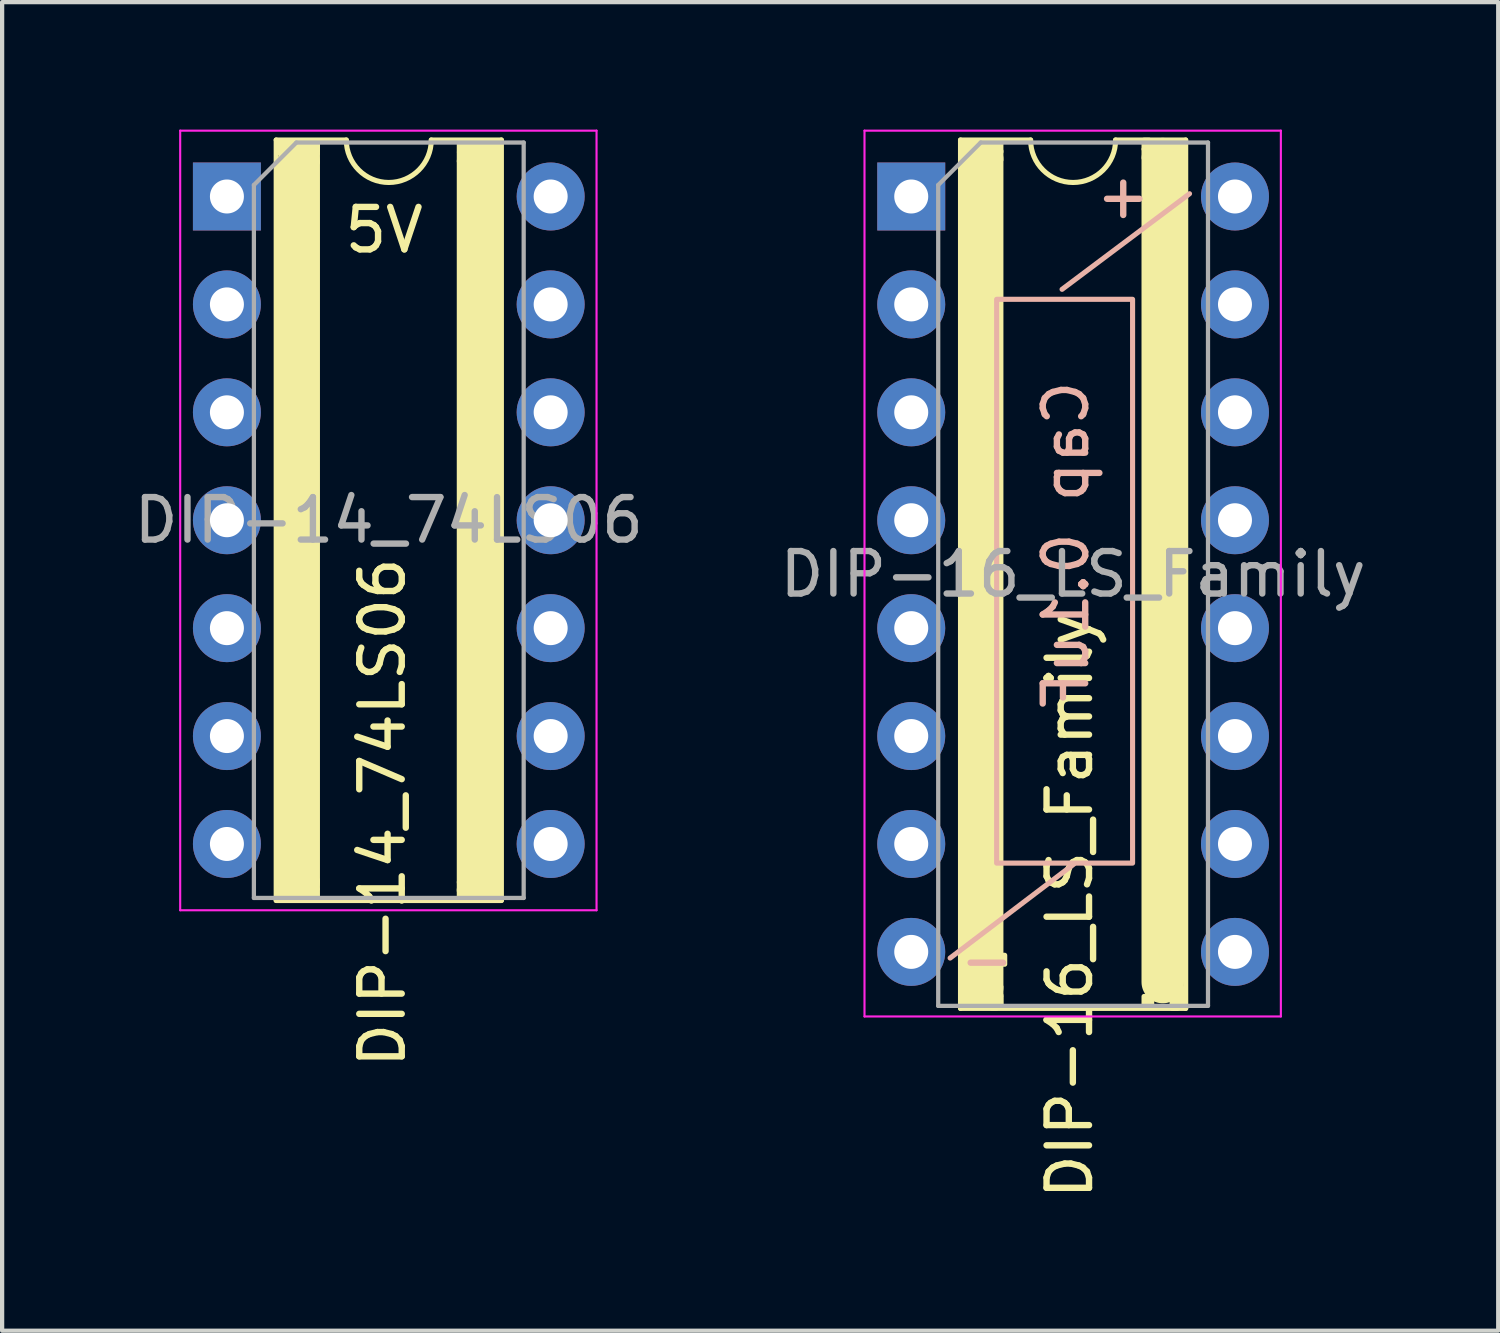
<source format=kicad_pcb>
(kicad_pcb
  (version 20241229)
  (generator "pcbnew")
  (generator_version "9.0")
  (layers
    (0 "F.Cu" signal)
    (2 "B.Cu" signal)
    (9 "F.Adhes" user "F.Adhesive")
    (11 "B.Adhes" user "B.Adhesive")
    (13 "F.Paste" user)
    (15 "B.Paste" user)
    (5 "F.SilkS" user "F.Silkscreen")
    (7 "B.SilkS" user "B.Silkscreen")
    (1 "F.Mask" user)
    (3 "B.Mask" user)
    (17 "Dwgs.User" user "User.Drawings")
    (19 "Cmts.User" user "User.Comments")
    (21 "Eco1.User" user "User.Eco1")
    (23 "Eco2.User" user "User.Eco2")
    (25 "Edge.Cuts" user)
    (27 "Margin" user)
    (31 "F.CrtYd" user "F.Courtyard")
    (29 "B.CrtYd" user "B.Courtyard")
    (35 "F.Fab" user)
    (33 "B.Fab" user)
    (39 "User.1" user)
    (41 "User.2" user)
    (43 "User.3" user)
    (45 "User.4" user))
  (footprint "DIP-16_LS_Family"
    (layer "F.Cu")
    (at 18.398 1.575)
    (property "Reference" "DIP-16_LS_Family" (at 3.73 16.69 90) (layer "F.SilkS") (effects (font (size 1 1) (thickness 0.15))))
    (attr through_hole)
    (fp_line (start 1.16 -1.33) (end 1.16 19.11) (stroke (width 0.12) (type solid)) (layer "F.SilkS"))
    (fp_line (start 1.16 19.11) (end 6.46 19.11) (stroke (width 0.12) (type solid)) (layer "F.SilkS"))
    (fp_line (start 1.67 -0.87) (end 1.67 18.61) (stroke (width 1) (type solid)) (layer "F.SilkS"))
    (fp_line (start 2.81 -1.33) (end 1.16 -1.33) (stroke (width 0.12) (type solid)) (layer "F.SilkS"))
    (fp_line (start 5.92 -0.88) (end 5.92 18.49) (stroke (width 1) (type solid)) (layer "F.SilkS"))
    (fp_line (start 6.46 -1.33) (end 4.81 -1.33) (stroke (width 0.12) (type solid)) (layer "F.SilkS"))
    (fp_line (start 6.46 19.11) (end 6.46 -1.33) (stroke (width 0.12) (type solid)) (layer "F.SilkS"))
    (fp_rect (start 1.35 19.029) (end 1.23 18.819) (stroke (width 0.12) (type solid)) (fill no) (layer "F.SilkS"))
    (fp_rect (start 1.35 -1.03) (end 1.23 -1.24) (stroke (width 0.12) (type solid)) (fill no) (layer "F.SilkS"))
    (fp_rect (start 1.41 19.06) (end 1.29 18.85) (stroke (width 0.12) (type solid)) (fill no) (layer "F.SilkS"))
    (fp_rect (start 2.01 19.1) (end 1.89 18.89) (stroke (width 0.12) (type solid)) (fill no) (layer "F.SilkS"))
    (fp_rect (start 2.11 -1.05) (end 1.99 -1.26) (stroke (width 0.12) (type solid)) (fill no) (layer "F.SilkS"))
    (fp_rect (start 2.11 -0.86) (end 1.99 -1.07) (stroke (width 0.12) (type solid)) (fill no) (layer "F.SilkS"))
    (fp_rect (start 2.11 18.81) (end 1.99 18.6) (stroke (width 0.12) (type solid)) (fill no) (layer "F.SilkS"))
    (fp_rect (start 2.11 19.01) (end 1.99 18.8) (stroke (width 0.12) (type solid)) (fill no) (layer "F.SilkS"))
    (fp_rect (start 2.11 19.05) (end 1.99 18.84) (stroke (width 0.12) (type solid)) (fill no) (layer "F.SilkS"))
    (fp_rect (start 2.2 18.07) (end 2.08 17.86) (stroke (width 0.12) (type solid)) (fill no) (layer "F.SilkS"))
    (fp_rect (start 5.6 19.039) (end 5.48 18.829) (stroke (width 0.12) (type solid)) (fill no) (layer "F.SilkS"))
    (fp_rect (start 5.6 -1.115) (end 5.48 -1.325) (stroke (width 0.12) (type solid)) (fill no) (layer "F.SilkS"))
    (fp_rect (start 5.6 -0.905) (end 5.48 -1.115) (stroke (width 0.12) (type solid)) (fill no) (layer "F.SilkS"))
    (fp_rect (start 5.66 19.07) (end 5.54 18.86) (stroke (width 0.12) (type solid)) (fill no) (layer "F.SilkS"))
    (fp_rect (start 6.26 19.11) (end 6.14 18.9) (stroke (width 0.12) (type solid)) (fill no) (layer "F.SilkS"))
    (fp_rect (start 6.36 -1.04) (end 6.24 -1.25) (stroke (width 0.12) (type solid)) (fill no) (layer "F.SilkS"))
    (fp_rect (start 6.36 -0.85) (end 6.24 -1.06) (stroke (width 0.12) (type solid)) (fill no) (layer "F.SilkS"))
    (fp_rect (start 6.36 18.82) (end 6.24 18.61) (stroke (width 0.12) (type solid)) (fill no) (layer "F.SilkS"))
    (fp_rect (start 6.36 19.02) (end 6.24 18.81) (stroke (width 0.12) (type solid)) (fill no) (layer "F.SilkS"))
    (fp_rect (start 6.36 19.06) (end 6.24 18.85) (stroke (width 0.12) (type solid)) (fill no) (layer "F.SilkS"))
    (fp_rect (start 6.45 18.08) (end 6.33 17.87) (stroke (width 0.12) (type solid)) (fill no) (layer "F.SilkS"))
    (fp_arc (start 4.81 -1.33) (mid 3.81 -0.33) (end 2.81 -1.33) (stroke (width 0.12) (type solid)) (layer "F.SilkS"))
    (fp_line (start 0.915 17.925) (end 3.825 15.715) (stroke (width 0.12) (type solid)) (layer "B.SilkS"))
    (fp_line (start 6.55 -0.065) (end 3.55 2.185) (stroke (width 0.12) (type solid)) (layer "B.SilkS"))
    (fp_rect (start 2.01 2.42) (end 5.21 15.69) (stroke (width 0.12) (type solid)) (fill no) (layer "B.SilkS"))
    (fp_line (start -1.1 -1.55) (end -1.1 19.3) (stroke (width 0.05) (type solid)) (layer "F.CrtYd"))
    (fp_line (start -1.1 19.3) (end 8.7 19.3) (stroke (width 0.05) (type solid)) (layer "F.CrtYd"))
    (fp_line (start 8.7 -1.55) (end -1.1 -1.55) (stroke (width 0.05) (type solid)) (layer "F.CrtYd"))
    (fp_line (start 8.7 19.3) (end 8.7 -1.55) (stroke (width 0.05) (type solid)) (layer "F.CrtYd"))
    (fp_line (start 0.635 -0.27) (end 1.635 -1.27) (stroke (width 0.1) (type solid)) (layer "F.Fab"))
    (fp_line (start 0.635 19.05) (end 0.635 -0.27) (stroke (width 0.1) (type solid)) (layer "F.Fab"))
    (fp_line (start 1.635 -1.27) (end 6.985 -1.27) (stroke (width 0.1) (type solid)) (layer "F.Fab"))
    (fp_line (start 6.985 -1.27) (end 6.985 19.05) (stroke (width 0.1) (type solid)) (layer "F.Fab"))
    (fp_line (start 6.985 19.05) (end 0.635 19.05) (stroke (width 0.1) (type solid)) (layer "F.Fab"))
    (fp_text user "-" (at 1.78 17.96 0) (unlocked yes) (layer "B.SilkS") (effects (font (size 1 1) (thickness 0.15))))
    (fp_text user "+" (at 4.99 -0.02 0) (unlocked yes) (layer "B.SilkS") (effects (font (size 1 1) (thickness 0.15))))
    (fp_text user "Cap 0.1uF" (at 3.64 8.22 90) (unlocked yes) (layer "B.SilkS") (effects (font (size 1 1) (thickness 0.15)) (justify mirror)))
    (fp_text user "${REFERENCE}" (at 3.81 8.89 0) (layer "F.Fab") (effects (font (size 1 1) (thickness 0.15))))
    (pad "1" thru_hole rect (at 0 0) (size 1.6 1.6) (drill 0.8) (layers "*.Cu" "*.Mask"))
    (pad "2" thru_hole oval (at 0 2.54) (size 1.6 1.6) (drill 0.8) (layers "*.Cu" "*.Mask"))
    (pad "3" thru_hole oval (at 0 5.08) (size 1.6 1.6) (drill 0.8) (layers "*.Cu" "*.Mask"))
    (pad "4" thru_hole oval (at 0 7.62) (size 1.6 1.6) (drill 0.8) (layers "*.Cu" "*.Mask"))
    (pad "5" thru_hole oval (at 0 10.16) (size 1.6 1.6) (drill 0.8) (layers "*.Cu" "*.Mask"))
    (pad "6" thru_hole oval (at 0 12.7) (size 1.6 1.6) (drill 0.8) (layers "*.Cu" "*.Mask"))
    (pad "7" thru_hole oval (at 0 15.24) (size 1.6 1.6) (drill 0.8) (layers "*.Cu" "*.Mask"))
    (pad "8" thru_hole oval (at 0 17.78) (size 1.6 1.6) (drill 0.8) (layers "*.Cu" "*.Mask"))
    (pad "9" thru_hole oval (at 7.62 17.78) (size 1.6 1.6) (drill 0.8) (layers "*.Cu" "*.Mask"))
    (pad "10" thru_hole oval (at 7.62 15.24) (size 1.6 1.6) (drill 0.8) (layers "*.Cu" "*.Mask"))
    (pad "11" thru_hole oval (at 7.62 12.7) (size 1.6 1.6) (drill 0.8) (layers "*.Cu" "*.Mask"))
    (pad "12" thru_hole oval (at 7.62 10.16) (size 1.6 1.6) (drill 0.8) (layers "*.Cu" "*.Mask"))
    (pad "13" thru_hole oval (at 7.62 7.62) (size 1.6 1.6) (drill 0.8) (layers "*.Cu" "*.Mask"))
    (pad "14" thru_hole oval (at 7.62 5.08) (size 1.6 1.6) (drill 0.8) (layers "*.Cu" "*.Mask"))
    (pad "15" thru_hole oval (at 7.62 2.54) (size 1.6 1.6) (drill 0.8) (layers "*.Cu" "*.Mask"))
    (pad "16" thru_hole oval (at 7.62 0) (size 1.6 1.6) (drill 0.8) (layers "*.Cu" "*.Mask")))
  (footprint "DIP-14_74LS06"
    (layer "F.Cu")
    (at 2.291 1.575)
    (property "Reference" "DIP-14_74LS06" (at 3.66 14.5 90) (layer "F.SilkS") (effects (font (size 1 1) (thickness 0.15))))
    (attr through_hole)
    (fp_line (start 1.16 -1.33) (end 1.16 16.57) (stroke (width 0.12) (type solid)) (layer "F.SilkS"))
    (fp_line (start 1.16 16.57) (end 6.46 16.57) (stroke (width 0.12) (type solid)) (layer "F.SilkS"))
    (fp_line (start 1.69 -0.8) (end 1.69 16.11) (stroke (width 1) (type solid)) (layer "F.SilkS"))
    (fp_line (start 2.81 -1.33) (end 1.16 -1.33) (stroke (width 0.12) (type solid)) (layer "F.SilkS"))
    (fp_line (start 5.91 -0.805) (end 5.91 16.105) (stroke (width 1) (type solid)) (layer "F.SilkS"))
    (fp_line (start 6.46 -1.33) (end 4.81 -1.33) (stroke (width 0.12) (type solid)) (layer "F.SilkS"))
    (fp_line (start 6.46 16.57) (end 6.46 -1.33) (stroke (width 0.12) (type solid)) (layer "F.SilkS"))
    (fp_rect (start 1.33 -1.035) (end 1.21 -1.245) (stroke (width 0.12) (type solid)) (fill no) (layer "F.SilkS"))
    (fp_rect (start 1.38 16.475) (end 1.26 16.265) (stroke (width 0.12) (type solid)) (fill no) (layer "F.SilkS"))
    (fp_rect (start 1.5 -1.055) (end 1.38 -1.265) (stroke (width 0.12) (type solid)) (fill no) (layer "F.SilkS"))
    (fp_rect (start 1.99 -1.075) (end 1.87 -1.285) (stroke (width 0.12) (type solid)) (fill no) (layer "F.SilkS"))
    (fp_rect (start 2.038 -0.956) (end 1.918 -1.166) (stroke (width 0.12) (type solid)) (fill no) (layer "F.SilkS"))
    (fp_rect (start 2.08 16.505) (end 1.96 16.295) (stroke (width 0.12) (type solid)) (fill no) (layer "F.SilkS"))
    (fp_rect (start 2.13 -1.075) (end 2.01 -1.285) (stroke (width 0.12) (type solid)) (fill no) (layer "F.SilkS"))
    (fp_rect (start 2.13 -1.015) (end 2.01 -1.225) (stroke (width 0.12) (type solid)) (fill no) (layer "F.SilkS"))
    (fp_rect (start 2.13 -0.795) (end 2.01 -1.005) (stroke (width 0.12) (type solid)) (fill no) (layer "F.SilkS"))
    (fp_rect (start 2.13 16.295) (end 2.01 16.085) (stroke (width 0.12) (type solid)) (fill no) (layer "F.SilkS"))
    (fp_rect (start 2.13 16.515) (end 2.01 16.305) (stroke (width 0.12) (type solid)) (fill no) (layer "F.SilkS"))
    (fp_rect (start 5.59 -1.055) (end 5.47 -1.265) (stroke (width 0.12) (type solid)) (fill no) (layer "F.SilkS"))
    (fp_rect (start 5.59 -0.825) (end 5.47 -1.035) (stroke (width 0.12) (type solid)) (fill no) (layer "F.SilkS"))
    (fp_rect (start 5.59 16.345) (end 5.47 16.135) (stroke (width 0.12) (type solid)) (fill no) (layer "F.SilkS"))
    (fp_rect (start 5.59 16.515) (end 5.47 16.305) (stroke (width 0.12) (type solid)) (fill no) (layer "F.SilkS"))
    (fp_rect (start 5.72 -1.065) (end 5.6 -1.275) (stroke (width 0.12) (type solid)) (fill no) (layer "F.SilkS"))
    (fp_rect (start 6.243 16.518) (end 6.123 16.308) (stroke (width 0.12) (type solid)) (fill no) (layer "F.SilkS"))
    (fp_rect (start 6.25 -1.065) (end 6.13 -1.275) (stroke (width 0.12) (type solid)) (fill no) (layer "F.SilkS"))
    (fp_rect (start 6.35 -1.065) (end 6.23 -1.275) (stroke (width 0.12) (type solid)) (fill no) (layer "F.SilkS"))
    (fp_rect (start 6.38 16.335) (end 6.26 16.125) (stroke (width 0.12) (type solid)) (fill no) (layer "F.SilkS"))
    (fp_rect (start 6.39 16.505) (end 6.27 16.295) (stroke (width 0.12) (type solid)) (fill no) (layer "F.SilkS"))
    (fp_rect (start 6.41 -0.815) (end 6.29 -1.025) (stroke (width 0.12) (type solid)) (fill no) (layer "F.SilkS"))
    (fp_arc (start 4.81 -1.33) (mid 3.81 -0.33) (end 2.81 -1.33) (stroke (width 0.12) (type solid)) (layer "F.SilkS"))
    (fp_line (start -1.1 -1.55) (end -1.1 16.8) (stroke (width 0.05) (type solid)) (layer "F.CrtYd"))
    (fp_line (start -1.1 16.8) (end 8.7 16.8) (stroke (width 0.05) (type solid)) (layer "F.CrtYd"))
    (fp_line (start 8.7 -1.55) (end -1.1 -1.55) (stroke (width 0.05) (type solid)) (layer "F.CrtYd"))
    (fp_line (start 8.7 16.8) (end 8.7 -1.55) (stroke (width 0.05) (type solid)) (layer "F.CrtYd"))
    (fp_line (start 0.635 -0.27) (end 1.635 -1.27) (stroke (width 0.1) (type solid)) (layer "F.Fab"))
    (fp_line (start 0.635 16.51) (end 0.635 -0.27) (stroke (width 0.1) (type solid)) (layer "F.Fab"))
    (fp_line (start 1.635 -1.27) (end 6.985 -1.27) (stroke (width 0.1) (type solid)) (layer "F.Fab"))
    (fp_line (start 6.985 -1.27) (end 6.985 16.51) (stroke (width 0.1) (type solid)) (layer "F.Fab"))
    (fp_line (start 6.985 16.51) (end 0.635 16.51) (stroke (width 0.1) (type solid)) (layer "F.Fab"))
    (fp_text user "5V" (at 3.7 0.79 0) (unlocked yes) (layer "F.SilkS") (effects (font (size 1 1) (thickness 0.15))))
    (fp_text user "${REFERENCE}" (at 3.81 7.62 0) (layer "F.Fab") (effects (font (size 1 1) (thickness 0.15))))
    (pad "1" thru_hole rect (at 0 0) (size 1.6 1.6) (drill 0.8) (layers "*.Cu" "*.Mask"))
    (pad "2" thru_hole oval (at 0 2.54) (size 1.6 1.6) (drill 0.8) (layers "*.Cu" "*.Mask"))
    (pad "3" thru_hole oval (at 0 5.08) (size 1.6 1.6) (drill 0.8) (layers "*.Cu" "*.Mask"))
    (pad "4" thru_hole oval (at 0 7.62) (size 1.6 1.6) (drill 0.8) (layers "*.Cu" "*.Mask"))
    (pad "5" thru_hole oval (at 0 10.16) (size 1.6 1.6) (drill 0.8) (layers "*.Cu" "*.Mask"))
    (pad "6" thru_hole oval (at 0 12.7) (size 1.6 1.6) (drill 0.8) (layers "*.Cu" "*.Mask"))
    (pad "7" thru_hole oval (at 0 15.24) (size 1.6 1.6) (drill 0.8) (layers "*.Cu" "*.Mask"))
    (pad "8" thru_hole oval (at 7.62 15.24) (size 1.6 1.6) (drill 0.8) (layers "*.Cu" "*.Mask"))
    (pad "9" thru_hole oval (at 7.62 12.7) (size 1.6 1.6) (drill 0.8) (layers "*.Cu" "*.Mask"))
    (pad "10" thru_hole oval (at 7.62 10.16) (size 1.6 1.6) (drill 0.8) (layers "*.Cu" "*.Mask"))
    (pad "11" thru_hole oval (at 7.62 7.62) (size 1.6 1.6) (drill 0.8) (layers "*.Cu" "*.Mask"))
    (pad "12" thru_hole oval (at 7.62 5.08) (size 1.6 1.6) (drill 0.8) (layers "*.Cu" "*.Mask"))
    (pad "13" thru_hole oval (at 7.62 2.54) (size 1.6 1.6) (drill 0.8) (layers "*.Cu" "*.Mask"))
    (pad "14" thru_hole oval (at 7.62 0) (size 1.6 1.6) (drill 0.8) (layers "*.Cu" "*.Mask")))
  (gr_rect
    (start -3 -3)
    (end 32.214 28.271)
    (stroke (width 0.1) (type default))
    (fill no)
    (layer "Edge.Cuts")))
</source>
